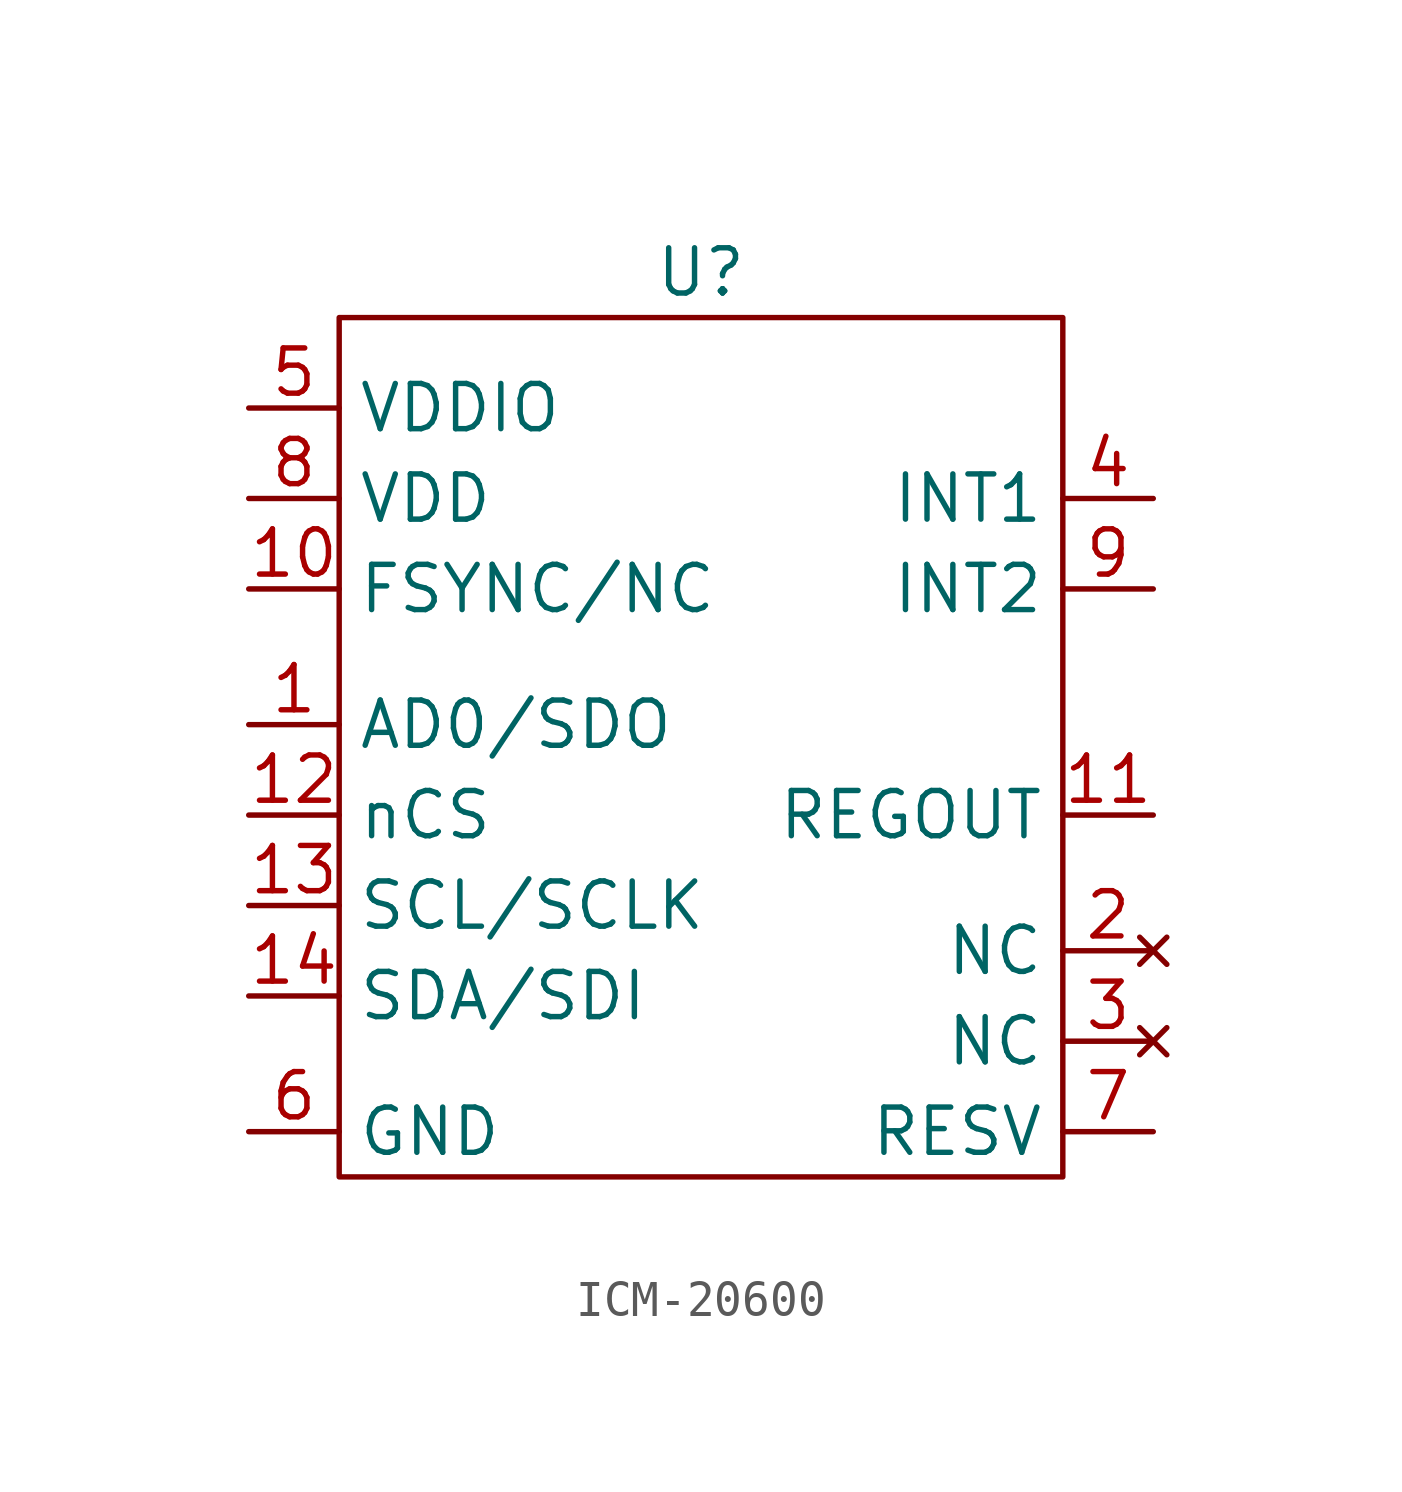
<source format=kicad_sym>
(kicad_symbol_lib
  (version 20220914)
  (generator kicad_symbol_editor)
  (symbol "ICM-20600"
    (property "Reference" "U"
      (at 0 12.7 0)
      (effects (font (size 1.27 1.27))))
    (property "Value" ""
      (at -3.81 12.7 0)
      (effects (font (size 1.27 1.27))))
    (symbol "ICM-20600_0_1"
      (rectangle (start -10.16 11.43) (end 10.16 -12.7) (stroke (width 0) (type default)) (fill (type none))))
    (symbol "ICM-20600_1_1"
      (pin unspecified line (at -12.7 0 0) (length 2.54) (name "AD0/SDO" (effects (font (size 1.27 1.27)))) (number "1" (effects (font (size 1.27 1.27)))))
      (pin input line (at -12.7 3.81 0) (length 2.54) (name "FSYNC/NC" (effects (font (size 1.27 1.27)))) (number "10" (effects (font (size 1.27 1.27)))))
      (pin output line (at 12.7 -2.54 180) (length 2.54) (name "REGOUT" (effects (font (size 1.27 1.27)))) (number "11" (effects (font (size 1.27 1.27)))))
      (pin unspecified line (at -12.7 -2.54 0) (length 2.54) (name "nCS" (effects (font (size 1.27 1.27)))) (number "12" (effects (font (size 1.27 1.27)))))
      (pin input line (at -12.7 -5.08 0) (length 2.54) (name "SCL/SCLK" (effects (font (size 1.27 1.27)))) (number "13" (effects (font (size 1.27 1.27)))))
      (pin unspecified line (at -12.7 -7.62 0) (length 2.54) (name "SDA/SDI" (effects (font (size 1.27 1.27)))) (number "14" (effects (font (size 1.27 1.27)))))
      (pin no_connect line (at 12.7 -6.35 180) (length 2.54) (name "NC" (effects (font (size 1.27 1.27)))) (number "2" (effects (font (size 1.27 1.27)))))
      (pin no_connect line (at 12.7 -8.89 180) (length 2.54) (name "NC" (effects (font (size 1.27 1.27)))) (number "3" (effects (font (size 1.27 1.27)))))
      (pin output line (at 12.7 6.35 180) (length 2.54) (name "INT1" (effects (font (size 1.27 1.27)))) (number "4" (effects (font (size 1.27 1.27)))))
      (pin power_in line (at -12.7 8.89 0) (length 2.54) (name "VDDIO" (effects (font (size 1.27 1.27)))) (number "5" (effects (font (size 1.27 1.27)))))
      (pin power_in line (at -12.7 -11.43 0) (length 2.54) (name "GND" (effects (font (size 1.27 1.27)))) (number "6" (effects (font (size 1.27 1.27)))))
      (pin unspecified line (at 12.7 -11.43 180) (length 2.54) (name "RESV" (effects (font (size 1.27 1.27)))) (number "7" (effects (font (size 1.27 1.27)))))
      (pin power_in line (at -12.7 6.35 0) (length 2.54) (name "VDD" (effects (font (size 1.27 1.27)))) (number "8" (effects (font (size 1.27 1.27)))))
      (pin output line (at 12.7 3.81 180) (length 2.54) (name "INT2" (effects (font (size 1.27 1.27)))) (number "9" (effects (font (size 1.27 1.27))))))))
</source>
